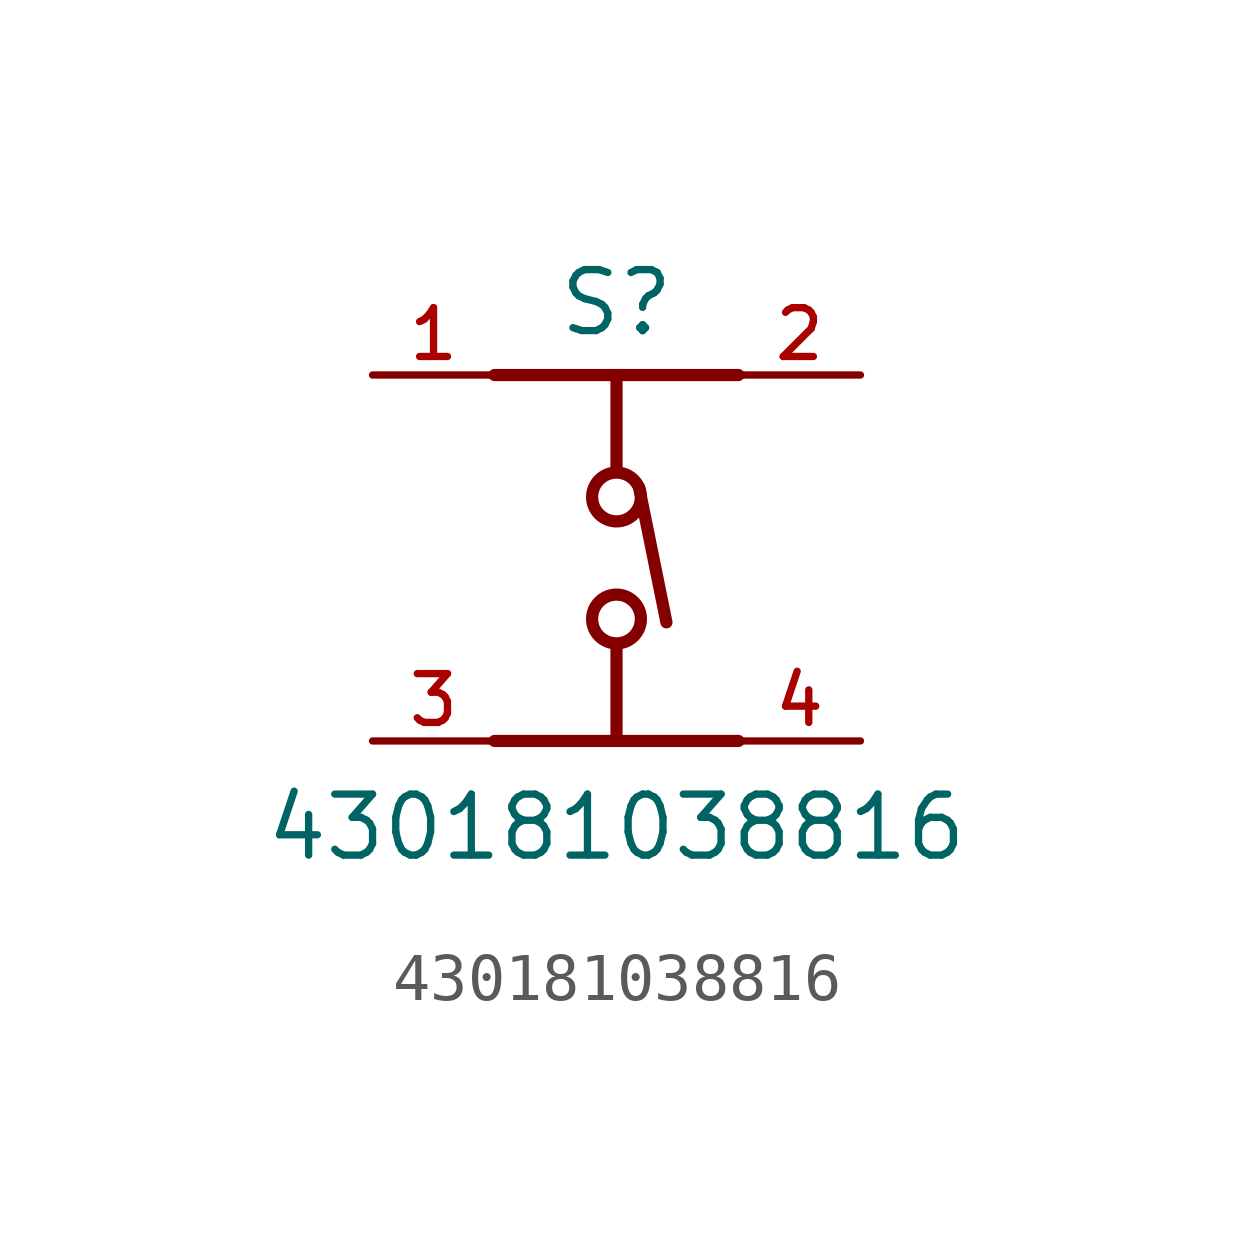
<source format=kicad_sym>
(kicad_symbol_lib
  (version 20211014)
  (generator kicad_symbol_editor)
  (symbol "430181038816"
    (pin_names
      (offset 1.016))
    (property "Reference" "S"
      (at 0.0 5.842 0)
      (effects (font (size 1.27 1.27)) (justify bottom)))
    (property "Value" "430181038816"
      (at 0.0 -5.08 0)
      (effects (font (size 1.27 1.27)) (justify bottom)))
    (symbol "430181038816_0_0"
      (polyline (pts (xy 2.54 -2.54) (xy 0.0 -2.54)) (stroke (width 0.254)))
      (polyline (pts (xy 0.0 -2.54) (xy -2.54 -2.54)) (stroke (width 0.254)))
      (polyline (pts (xy 2.54 5.08) (xy 0.0 5.08)) (stroke (width 0.254)))
      (polyline (pts (xy 0.0 5.08) (xy -2.54 5.08)) (stroke (width 0.254)))
      (polyline (pts (xy 0.0 -2.54) (xy 0.0 -0.635)) (stroke (width 0.254)))
      (polyline (pts (xy 0.0 3.175) (xy 0.0 5.08)) (stroke (width 0.254)))
      (polyline (pts (xy 0.47 2.74) (xy 1.04 -0.07)) (stroke (width 0.254)))
      (circle (center 0.0 2.54) (radius 0.508) (stroke (width 0.254)) (fill (type none)))
      (circle (center 0.0 0.0) (radius 0.508) (stroke (width 0.254)) (fill (type none)))
      (pin passive line (at 5.08 -2.54 180.0) (length 2.54) (name "~" (effects (font (size 1.016 1.016)))) (number "4" (effects (font (size 1.016 1.016)))))
      (pin passive line (at 5.08 5.08 180.0) (length 2.54) (name "~" (effects (font (size 1.016 1.016)))) (number "2" (effects (font (size 1.016 1.016)))))
      (pin passive line (at -5.08 -2.54 0) (length 2.54) (name "~" (effects (font (size 1.016 1.016)))) (number "3" (effects (font (size 1.016 1.016)))))
      (pin passive line (at -5.08 5.08 0) (length 2.54) (name "~" (effects (font (size 1.016 1.016)))) (number "1" (effects (font (size 1.016 1.016))))))))
</source>
